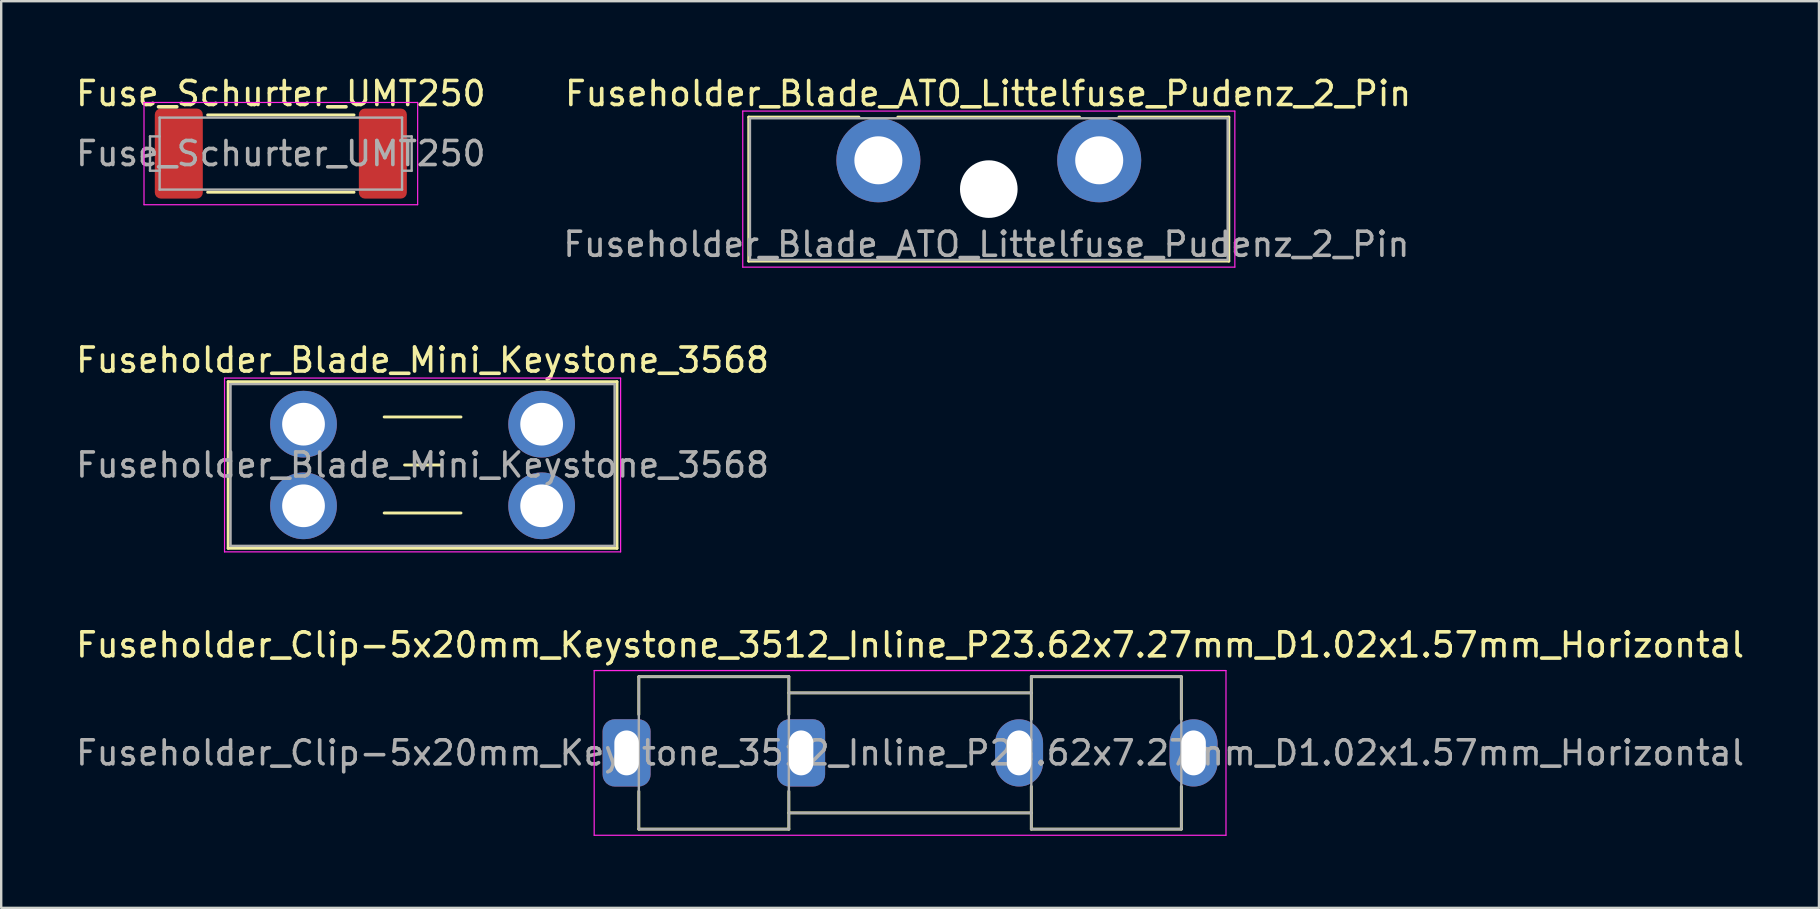
<source format=kicad_pcb>
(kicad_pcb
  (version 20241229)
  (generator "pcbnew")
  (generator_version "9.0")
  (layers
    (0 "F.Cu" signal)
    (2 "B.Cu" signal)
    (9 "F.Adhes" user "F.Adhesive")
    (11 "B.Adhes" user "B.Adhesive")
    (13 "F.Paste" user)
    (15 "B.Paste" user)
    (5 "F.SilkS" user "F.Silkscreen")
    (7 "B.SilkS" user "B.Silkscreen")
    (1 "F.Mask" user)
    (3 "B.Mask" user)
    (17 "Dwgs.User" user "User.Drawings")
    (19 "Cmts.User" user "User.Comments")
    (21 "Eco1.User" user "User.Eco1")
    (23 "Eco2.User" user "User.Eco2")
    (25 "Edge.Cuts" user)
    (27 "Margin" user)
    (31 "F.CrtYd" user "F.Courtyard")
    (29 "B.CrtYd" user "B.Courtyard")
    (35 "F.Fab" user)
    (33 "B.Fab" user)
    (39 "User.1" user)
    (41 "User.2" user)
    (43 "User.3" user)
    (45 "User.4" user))
  (footprint "Fuse_Schurter_UMT250"
    (layer "F.Cu")
    (at 8.649 3.348)
    (property "Reference" "Fuse_Schurter_UMT250" (at 0 -2.5 0) (layer "F.SilkS") (effects (font (size 1 1) (thickness 0.15))))
    (attr smd)
    (fp_line (start -3.05 -1.61) (end 3.05 -1.61) (stroke (width 0.12) (type solid)) (layer "F.SilkS"))
    (fp_line (start -3.05 1.61) (end 3.05 1.61) (stroke (width 0.12) (type solid)) (layer "F.SilkS"))
    (fp_line (start -5.7 -2.13) (end 5.7 -2.13) (stroke (width 0.05) (type solid)) (layer "F.CrtYd"))
    (fp_line (start -5.7 2.13) (end -5.7 -2.13) (stroke (width 0.05) (type solid)) (layer "F.CrtYd"))
    (fp_line (start 5.7 -2.13) (end 5.7 2.13) (stroke (width 0.05) (type solid)) (layer "F.CrtYd"))
    (fp_line (start 5.7 2.13) (end -5.7 2.13) (stroke (width 0.05) (type solid)) (layer "F.CrtYd"))
    (fp_line (start -5.45 0.715) (end -5.45 -0.715) (stroke (width 0.1) (type solid)) (layer "F.Fab"))
    (fp_line (start -5.05 -1.5) (end 5.05 -1.5) (stroke (width 0.1) (type solid)) (layer "F.Fab"))
    (fp_line (start -5.05 -0.715) (end -5.45 -0.715) (stroke (width 0.1) (type solid)) (layer "F.Fab"))
    (fp_line (start -5.05 0.715) (end -5.45 0.715) (stroke (width 0.1) (type solid)) (layer "F.Fab"))
    (fp_line (start -5.05 1.5) (end -5.05 -1.5) (stroke (width 0.1) (type solid)) (layer "F.Fab"))
    (fp_line (start 5.05 -1.5) (end 5.05 1.5) (stroke (width 0.1) (type solid)) (layer "F.Fab"))
    (fp_line (start 5.05 -0.715) (end 5.45 -0.715) (stroke (width 0.1) (type solid)) (layer "F.Fab"))
    (fp_line (start 5.05 0.715) (end 5.45 0.715) (stroke (width 0.1) (type solid)) (layer "F.Fab"))
    (fp_line (start 5.05 1.5) (end -5.05 1.5) (stroke (width 0.1) (type solid)) (layer "F.Fab"))
    (fp_line (start 5.45 -0.715) (end 5.45 0.715) (stroke (width 0.1) (type solid)) (layer "F.Fab"))
    (fp_text user "${REFERENCE}" (at 0 0 0) (layer "F.Fab") (effects (font (size 1 1) (thickness 0.15))))
    (pad "1" smd roundrect (at -4.25 0) (size 2 3.75) (layers "F.Cu" "F.Mask" "F.Paste") (roundrect_rratio 0.125))
    (pad "2" smd roundrect (at 4.25 0) (size 2 3.75) (layers "F.Cu" "F.Mask" "F.Paste") (roundrect_rratio 0.125)))
  (footprint "Fuseholder_Blade_Mini_Keystone_3568"
    (layer "F.Cu")
    (at 9.594 14.621)
    (property "Reference" "Fuseholder_Blade_Mini_Keystone_3568" (at 4.96 -2.67 0) (layer "F.SilkS") (effects (font (size 1 1) (thickness 0.15))))
    (attr through_hole)
    (fp_line (start -3.14 -1.77) (end -3.14 5.17) (stroke (width 0.12) (type solid)) (layer "F.SilkS"))
    (fp_line (start -3.14 5.17) (end 13.06 5.17) (stroke (width 0.12) (type solid)) (layer "F.SilkS"))
    (fp_line (start 3.36 -0.3) (end 6.56 -0.3) (stroke (width 0.12) (type solid)) (layer "F.SilkS"))
    (fp_line (start 4.21 1.7) (end 5.71 1.7) (stroke (width 0.12) (type solid)) (layer "F.SilkS"))
    (fp_line (start 6.56 3.7) (end 3.36 3.7) (stroke (width 0.12) (type solid)) (layer "F.SilkS"))
    (fp_line (start 13.06 -1.77) (end -3.14 -1.77) (stroke (width 0.12) (type solid)) (layer "F.SilkS"))
    (fp_line (start 13.06 5.17) (end 13.06 -1.77) (stroke (width 0.12) (type solid)) (layer "F.SilkS"))
    (fp_line (start -3.29 -1.92) (end -3.29 5.32) (stroke (width 0.05) (type solid)) (layer "F.CrtYd"))
    (fp_line (start -3.29 5.32) (end 13.21 5.32) (stroke (width 0.05) (type solid)) (layer "F.CrtYd"))
    (fp_line (start 13.21 -1.92) (end -3.29 -1.92) (stroke (width 0.05) (type solid)) (layer "F.CrtYd"))
    (fp_line (start 13.21 5.32) (end 13.21 -1.92) (stroke (width 0.05) (type solid)) (layer "F.CrtYd"))
    (fp_line (start -3.04 -1.67) (end -3.04 5.07) (stroke (width 0.1) (type solid)) (layer "F.Fab"))
    (fp_line (start -3.04 5.07) (end 12.96 5.07) (stroke (width 0.1) (type solid)) (layer "F.Fab"))
    (fp_line (start 12.96 -1.67) (end -3.04 -1.67) (stroke (width 0.1) (type solid)) (layer "F.Fab"))
    (fp_line (start 12.96 5.07) (end 12.96 -1.67) (stroke (width 0.1) (type solid)) (layer "F.Fab"))
    (fp_text user "${REFERENCE}" (at 4.96 1.7 0) (layer "F.Fab") (effects (font (size 1 1) (thickness 0.15))))
    (pad "1" thru_hole circle (at 0 0) (size 2.78 2.78) (drill 1.78) (layers "*.Cu" "*.Mask"))
    (pad "1" thru_hole circle (at 0 3.4) (size 2.78 2.78) (drill 1.78) (layers "*.Cu" "*.Mask"))
    (pad "2" thru_hole circle (at 9.92 0) (size 2.78 2.78) (drill 1.78) (layers "*.Cu" "*.Mask"))
    (pad "2" thru_hole circle (at 9.92 3.4) (size 2.78 2.78) (drill 1.78) (layers "*.Cu" "*.Mask")))
  (footprint "Fuseholder_Blade_ATO_Littelfuse_Pudenz_2_Pin"
    (layer "F.Cu")
    (at 33.542 3.628)
    (property "Reference" "Fuseholder_Blade_ATO_Littelfuse_Pudenz_2_Pin" (at 4.57 -2.78 0) (layer "F.SilkS") (effects (font (size 1 1) (thickness 0.15))))
    (attr through_hole)
    (fp_line (start -5.4 -1.8) (end -0.81 -1.8) (stroke (width 0.12) (type solid)) (layer "F.SilkS"))
    (fp_line (start -5.4 4.2) (end -5.4 -1.8) (stroke (width 0.12) (type solid)) (layer "F.SilkS"))
    (fp_line (start 0.81 -1.8) (end 8.38 -1.8) (stroke (width 0.12) (type solid)) (layer "F.SilkS"))
    (fp_line (start 10.02 -1.8) (end 14.6 -1.8) (stroke (width 0.12) (type solid)) (layer "F.SilkS"))
    (fp_line (start 14.6 -1.8) (end 14.6 4.2) (stroke (width 0.12) (type solid)) (layer "F.SilkS"))
    (fp_line (start 14.6 4.2) (end -5.4 4.2) (stroke (width 0.12) (type solid)) (layer "F.SilkS"))
    (fp_line (start -5.65 -2.05) (end -5.65 4.45) (stroke (width 0.05) (type solid)) (layer "F.CrtYd"))
    (fp_line (start -5.65 -2.05) (end 14.85 -2.05) (stroke (width 0.05) (type solid)) (layer "F.CrtYd"))
    (fp_line (start 14.85 4.45) (end -5.65 4.45) (stroke (width 0.05) (type solid)) (layer "F.CrtYd"))
    (fp_line (start 14.85 4.45) (end 14.85 -2.05) (stroke (width 0.05) (type solid)) (layer "F.CrtYd"))
    (fp_line (start -5.35 -1.75) (end 14.55 -1.75) (stroke (width 0.1) (type solid)) (layer "F.Fab"))
    (fp_line (start -5.35 4.15) (end -5.35 -1.75) (stroke (width 0.1) (type solid)) (layer "F.Fab"))
    (fp_line (start 14.55 -1.75) (end 14.55 4.15) (stroke (width 0.1) (type solid)) (layer "F.Fab"))
    (fp_line (start 14.55 4.15) (end -5.35 4.15) (stroke (width 0.1) (type solid)) (layer "F.Fab"))
    (fp_text user "${REFERENCE}" (at 4.5 3.5 0) (layer "F.Fab") (effects (font (size 1 1) (thickness 0.15))))
    (pad "" np_thru_hole circle (at 4.6 1.2) (size 2.4 2.4) (drill 2.4) (layers "*.Cu" "*.Mask"))
    (pad "1" thru_hole circle (at 0 0) (size 3.5 3.5) (drill 2) (layers "*.Cu" "*.Mask"))
    (pad "2" thru_hole circle (at 9.2 0) (size 3.5 3.5) (drill 2) (layers "*.Cu" "*.Mask")))
  (footprint "Fuseholder_Clip-5x20mm_Keystone_3512_Inline_P23.62x7.27mm_D1.02x1.57mm_Horizontal"
    (layer "F.Cu")
    (at 23.053 28.315)
    (property "Reference" "Fuseholder_Clip-5x20mm_Keystone_3512_Inline_P23.62x7.27mm_D1.02x1.57mm_Horizontal" (at 11.81 -4.5 0) (layer "F.SilkS") (effects (font (size 1 1) (thickness 0.15))))
    (attr through_hole)
    (fp_line (start 0.51 -3.175) (end 0.51 -1.6) (stroke (width 0.12) (type solid)) (layer "F.SilkS"))
    (fp_line (start 0.51 3.175) (end 0.51 1.6) (stroke (width 0.12) (type solid)) (layer "F.SilkS"))
    (fp_line (start 6.76 -3.175) (end 0.51 -3.175) (stroke (width 0.12) (type solid)) (layer "F.SilkS"))
    (fp_line (start 6.76 -3.175) (end 6.76 -1.6) (stroke (width 0.12) (type solid)) (layer "F.SilkS"))
    (fp_line (start 6.76 3.175) (end 0.51 3.175) (stroke (width 0.12) (type solid)) (layer "F.SilkS"))
    (fp_line (start 6.76 3.175) (end 6.76 1.6) (stroke (width 0.12) (type solid)) (layer "F.SilkS"))
    (fp_line (start 16.86 -3.175) (end 16.86 -1.4) (stroke (width 0.12) (type solid)) (layer "F.SilkS"))
    (fp_line (start 16.86 -2.5) (end 6.76 -2.5) (stroke (width 0.12) (type solid)) (layer "F.SilkS"))
    (fp_line (start 16.86 2.5) (end 6.76 2.5) (stroke (width 0.12) (type solid)) (layer "F.SilkS"))
    (fp_line (start 16.86 3.175) (end 16.86 1.4) (stroke (width 0.12) (type solid)) (layer "F.SilkS"))
    (fp_line (start 16.86 3.175) (end 23.11 3.175) (stroke (width 0.12) (type solid)) (layer "F.SilkS"))
    (fp_line (start 23.11 -3.175) (end 16.86 -3.175) (stroke (width 0.12) (type solid)) (layer "F.SilkS"))
    (fp_line (start 23.11 -1.4) (end 23.11 -3.175) (stroke (width 0.12) (type solid)) (layer "F.SilkS"))
    (fp_line (start 23.11 1.4) (end 23.11 3.175) (stroke (width 0.12) (type solid)) (layer "F.SilkS"))
    (fp_line (start -1.35 -3.43) (end -1.35 3.43) (stroke (width 0.05) (type solid)) (layer "F.CrtYd"))
    (fp_line (start -1.35 -3.43) (end 24.97 -3.43) (stroke (width 0.05) (type solid)) (layer "F.CrtYd"))
    (fp_line (start 24.97 3.43) (end -1.35 3.43) (stroke (width 0.05) (type solid)) (layer "F.CrtYd"))
    (fp_line (start 24.97 3.43) (end 24.97 -3.43) (stroke (width 0.05) (type solid)) (layer "F.CrtYd"))
    (fp_line (start 0.51 -3.175) (end 6.76 -3.175) (stroke (width 0.1) (type solid)) (layer "F.Fab"))
    (fp_line (start 0.51 3.175) (end 0.51 -3.175) (stroke (width 0.1) (type solid)) (layer "F.Fab"))
    (fp_line (start 6.76 -3.175) (end 6.76 3.175) (stroke (width 0.1) (type solid)) (layer "F.Fab"))
    (fp_line (start 6.76 -2.5) (end 16.86 -2.5) (stroke (width 0.1) (type solid)) (layer "F.Fab"))
    (fp_line (start 6.76 3.175) (end 0.51 3.175) (stroke (width 0.1) (type solid)) (layer "F.Fab"))
    (fp_line (start 16.86 -3.175) (end 16.86 3.175) (stroke (width 0.1) (type solid)) (layer "F.Fab"))
    (fp_line (start 16.86 2.5) (end 6.76 2.5) (stroke (width 0.1) (type solid)) (layer "F.Fab"))
    (fp_line (start 16.86 3.175) (end 23.11 3.175) (stroke (width 0.1) (type solid)) (layer "F.Fab"))
    (fp_line (start 23.11 -3.175) (end 16.86 -3.175) (stroke (width 0.1) (type solid)) (layer "F.Fab"))
    (fp_line (start 23.11 3.175) (end 23.11 -3.175) (stroke (width 0.1) (type solid)) (layer "F.Fab"))
    (fp_text user "${REFERENCE}" (at 11.81 0 0) (layer "F.Fab") (effects (font (size 1 1) (thickness 0.15))))
    (pad "1" thru_hole roundrect (at 0 0) (size 2 2.8) (drill oval 1.02 1.87) (layers "*.Cu" "*.Mask") (roundrect_rratio 0.25))
    (pad "1" thru_hole roundrect (at 7.27 0) (size 2 2.8) (drill oval 1.02 1.87) (layers "*.Cu" "*.Mask") (roundrect_rratio 0.25))
    (pad "2" thru_hole oval (at 16.35 0) (size 2 2.8) (drill oval 1.02 1.87) (layers "*.Cu" "*.Mask"))
    (pad "2" thru_hole oval (at 23.62 0) (size 2 2.8) (drill oval 1.02 1.87) (layers "*.Cu" "*.Mask")))
  (gr_rect
    (start -3 -3)
    (end 72.726 34.77)
    (stroke (width 0.1) (type default))
    (fill no)
    (layer "Edge.Cuts")))
</source>
